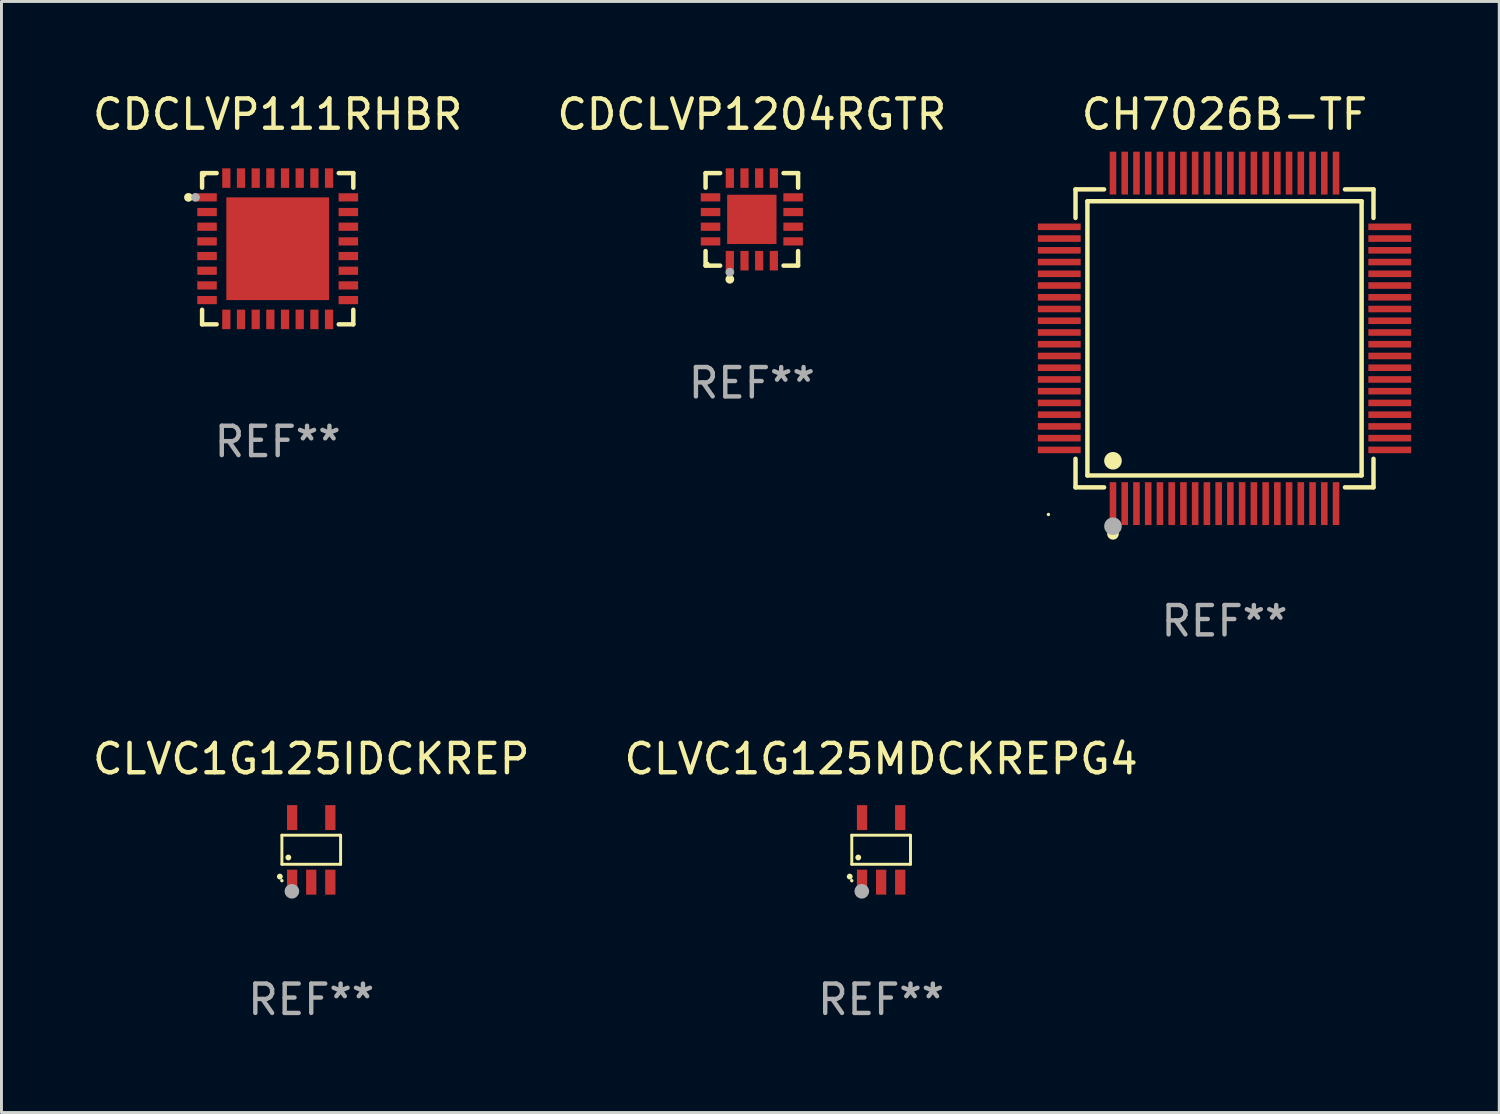
<source format=kicad_pcb>
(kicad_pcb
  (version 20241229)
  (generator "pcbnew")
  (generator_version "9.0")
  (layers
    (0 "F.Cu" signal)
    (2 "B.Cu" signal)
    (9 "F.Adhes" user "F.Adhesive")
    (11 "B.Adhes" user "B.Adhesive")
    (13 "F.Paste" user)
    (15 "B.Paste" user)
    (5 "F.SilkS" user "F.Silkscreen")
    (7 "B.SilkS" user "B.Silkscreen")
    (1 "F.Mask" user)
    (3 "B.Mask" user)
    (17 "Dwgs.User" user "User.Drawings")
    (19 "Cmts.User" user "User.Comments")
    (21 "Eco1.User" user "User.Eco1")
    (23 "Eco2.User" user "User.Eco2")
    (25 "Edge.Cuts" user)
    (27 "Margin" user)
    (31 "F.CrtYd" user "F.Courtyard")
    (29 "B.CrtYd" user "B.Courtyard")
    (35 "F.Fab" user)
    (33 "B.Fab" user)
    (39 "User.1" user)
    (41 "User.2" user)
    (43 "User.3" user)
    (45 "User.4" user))
  (footprint "CH7026B-TF"
    (layer "F.Cu")
    (at 38.669 8.478)
    (property "Reference" "CH7026B-TF" (at 0 -7.63 0) (layer "F.SilkS") (effects (font (size 1 1) (thickness 0.15))))
    (attr through_hole)
    (fp_line (start -5.076 -5.076) (end -4.103 -5.076) (stroke (width 0.152) (type solid)) (layer "F.SilkS"))
    (fp_line (start -5.076 -4.103) (end -5.076 -5.076) (stroke (width 0.152) (type solid)) (layer "F.SilkS"))
    (fp_line (start -5.076 4.103) (end -5.076 5.076) (stroke (width 0.152) (type solid)) (layer "F.SilkS"))
    (fp_line (start -5.076 5.076) (end -4.103 5.076) (stroke (width 0.152) (type solid)) (layer "F.SilkS"))
    (fp_line (start -4.671 -4.671) (end 4.671 -4.671) (stroke (width 0.152) (type solid)) (layer "F.SilkS"))
    (fp_line (start -4.671 4.671) (end -4.671 -4.671) (stroke (width 0.152) (type solid)) (layer "F.SilkS"))
    (fp_line (start 4.671 -4.671) (end 4.671 4.671) (stroke (width 0.152) (type solid)) (layer "F.SilkS"))
    (fp_line (start 4.671 4.671) (end -4.671 4.671) (stroke (width 0.152) (type solid)) (layer "F.SilkS"))
    (fp_line (start 5.076 -5.076) (end 4.103 -5.076) (stroke (width 0.152) (type solid)) (layer "F.SilkS"))
    (fp_line (start 5.076 -4.103) (end 5.076 -5.076) (stroke (width 0.152) (type solid)) (layer "F.SilkS"))
    (fp_line (start 5.076 4.103) (end 5.076 5.076) (stroke (width 0.152) (type solid)) (layer "F.SilkS"))
    (fp_line (start 5.076 5.076) (end 4.103 5.076) (stroke (width 0.152) (type solid)) (layer "F.SilkS"))
    (fp_circle (center -6 6) (end -5.97 6) (stroke (width 0.06) (type solid)) (fill no) (layer "F.SilkS"))
    (fp_circle (center -3.8 4.171) (end -3.65 4.171) (stroke (width 0.3) (type solid)) (fill no) (layer "F.SilkS"))
    (fp_circle (center -3.8 6.66) (end -3.7 6.66) (stroke (width 0.2) (type solid)) (fill no) (layer "F.SilkS"))
    (fp_circle (center -3.8 6.4) (end -3.65 6.4) (stroke (width 0.3) (type solid)) (fill no) (layer "F.Fab"))
    (fp_text user "REF**" (at 0 9.63 0) (layer "F.Fab") (effects (font (size 1 1) (thickness 0.15))))
    (pad "1" smd rect (at -3.8 5.63) (size 0.224 1.46) (layers "F.Cu" "F.Mask" "F.Paste"))
    (pad "2" smd rect (at -3.4 5.63) (size 0.224 1.46) (layers "F.Cu" "F.Mask" "F.Paste"))
    (pad "3" smd rect (at -3 5.63) (size 0.224 1.46) (layers "F.Cu" "F.Mask" "F.Paste"))
    (pad "4" smd rect (at -2.6 5.63) (size 0.224 1.46) (layers "F.Cu" "F.Mask" "F.Paste"))
    (pad "5" smd rect (at -2.2 5.63) (size 0.224 1.46) (layers "F.Cu" "F.Mask" "F.Paste"))
    (pad "6" smd rect (at -1.8 5.63) (size 0.224 1.46) (layers "F.Cu" "F.Mask" "F.Paste"))
    (pad "7" smd rect (at -1.4 5.63) (size 0.224 1.46) (layers "F.Cu" "F.Mask" "F.Paste"))
    (pad "8" smd rect (at -1 5.63) (size 0.224 1.46) (layers "F.Cu" "F.Mask" "F.Paste"))
    (pad "9" smd rect (at -0.6 5.63) (size 0.224 1.46) (layers "F.Cu" "F.Mask" "F.Paste"))
    (pad "10" smd rect (at -0.2 5.63) (size 0.224 1.46) (layers "F.Cu" "F.Mask" "F.Paste"))
    (pad "11" smd rect (at 0.2 5.63) (size 0.224 1.46) (layers "F.Cu" "F.Mask" "F.Paste"))
    (pad "12" smd rect (at 0.6 5.63) (size 0.224 1.46) (layers "F.Cu" "F.Mask" "F.Paste"))
    (pad "13" smd rect (at 1 5.63) (size 0.224 1.46) (layers "F.Cu" "F.Mask" "F.Paste"))
    (pad "14" smd rect (at 1.4 5.63) (size 0.224 1.46) (layers "F.Cu" "F.Mask" "F.Paste"))
    (pad "15" smd rect (at 1.8 5.63) (size 0.224 1.46) (layers "F.Cu" "F.Mask" "F.Paste"))
    (pad "16" smd rect (at 2.2 5.63) (size 0.224 1.46) (layers "F.Cu" "F.Mask" "F.Paste"))
    (pad "17" smd rect (at 2.6 5.63) (size 0.224 1.46) (layers "F.Cu" "F.Mask" "F.Paste"))
    (pad "18" smd rect (at 3 5.63) (size 0.224 1.46) (layers "F.Cu" "F.Mask" "F.Paste"))
    (pad "19" smd rect (at 3.4 5.63) (size 0.224 1.46) (layers "F.Cu" "F.Mask" "F.Paste"))
    (pad "20" smd rect (at 3.8 5.63) (size 0.224 1.46) (layers "F.Cu" "F.Mask" "F.Paste"))
    (pad "21" smd rect (at 5.63 3.8) (size 1.46 0.224) (layers "F.Cu" "F.Mask" "F.Paste"))
    (pad "22" smd rect (at 5.63 3.4) (size 1.46 0.224) (layers "F.Cu" "F.Mask" "F.Paste"))
    (pad "23" smd rect (at 5.63 3) (size 1.46 0.224) (layers "F.Cu" "F.Mask" "F.Paste"))
    (pad "24" smd rect (at 5.63 2.6) (size 1.46 0.224) (layers "F.Cu" "F.Mask" "F.Paste"))
    (pad "25" smd rect (at 5.63 2.2) (size 1.46 0.224) (layers "F.Cu" "F.Mask" "F.Paste"))
    (pad "26" smd rect (at 5.63 1.8) (size 1.46 0.224) (layers "F.Cu" "F.Mask" "F.Paste"))
    (pad "27" smd rect (at 5.63 1.4) (size 1.46 0.224) (layers "F.Cu" "F.Mask" "F.Paste"))
    (pad "28" smd rect (at 5.63 1) (size 1.46 0.224) (layers "F.Cu" "F.Mask" "F.Paste"))
    (pad "29" smd rect (at 5.63 0.6) (size 1.46 0.224) (layers "F.Cu" "F.Mask" "F.Paste"))
    (pad "30" smd rect (at 5.63 0.2) (size 1.46 0.224) (layers "F.Cu" "F.Mask" "F.Paste"))
    (pad "31" smd rect (at 5.63 -0.2) (size 1.46 0.224) (layers "F.Cu" "F.Mask" "F.Paste"))
    (pad "32" smd rect (at 5.63 -0.6) (size 1.46 0.224) (layers "F.Cu" "F.Mask" "F.Paste"))
    (pad "33" smd rect (at 5.63 -1) (size 1.46 0.224) (layers "F.Cu" "F.Mask" "F.Paste"))
    (pad "34" smd rect (at 5.63 -1.4) (size 1.46 0.224) (layers "F.Cu" "F.Mask" "F.Paste"))
    (pad "35" smd rect (at 5.63 -1.8) (size 1.46 0.224) (layers "F.Cu" "F.Mask" "F.Paste"))
    (pad "36" smd rect (at 5.63 -2.2) (size 1.46 0.224) (layers "F.Cu" "F.Mask" "F.Paste"))
    (pad "37" smd rect (at 5.63 -2.6) (size 1.46 0.224) (layers "F.Cu" "F.Mask" "F.Paste"))
    (pad "38" smd rect (at 5.63 -3) (size 1.46 0.224) (layers "F.Cu" "F.Mask" "F.Paste"))
    (pad "39" smd rect (at 5.63 -3.4) (size 1.46 0.224) (layers "F.Cu" "F.Mask" "F.Paste"))
    (pad "40" smd rect (at 5.63 -3.8) (size 1.46 0.224) (layers "F.Cu" "F.Mask" "F.Paste"))
    (pad "41" smd rect (at 3.8 -5.63) (size 0.224 1.46) (layers "F.Cu" "F.Mask" "F.Paste"))
    (pad "42" smd rect (at 3.4 -5.63) (size 0.224 1.46) (layers "F.Cu" "F.Mask" "F.Paste"))
    (pad "43" smd rect (at 3 -5.63) (size 0.224 1.46) (layers "F.Cu" "F.Mask" "F.Paste"))
    (pad "44" smd rect (at 2.6 -5.63) (size 0.224 1.46) (layers "F.Cu" "F.Mask" "F.Paste"))
    (pad "45" smd rect (at 2.2 -5.63) (size 0.224 1.46) (layers "F.Cu" "F.Mask" "F.Paste"))
    (pad "46" smd rect (at 1.8 -5.63) (size 0.224 1.46) (layers "F.Cu" "F.Mask" "F.Paste"))
    (pad "47" smd rect (at 1.4 -5.63) (size 0.224 1.46) (layers "F.Cu" "F.Mask" "F.Paste"))
    (pad "48" smd rect (at 1 -5.63) (size 0.224 1.46) (layers "F.Cu" "F.Mask" "F.Paste"))
    (pad "49" smd rect (at 0.6 -5.63) (size 0.224 1.46) (layers "F.Cu" "F.Mask" "F.Paste"))
    (pad "50" smd rect (at 0.2 -5.63) (size 0.224 1.46) (layers "F.Cu" "F.Mask" "F.Paste"))
    (pad "51" smd rect (at -0.2 -5.63) (size 0.224 1.46) (layers "F.Cu" "F.Mask" "F.Paste"))
    (pad "52" smd rect (at -0.6 -5.63) (size 0.224 1.46) (layers "F.Cu" "F.Mask" "F.Paste"))
    (pad "53" smd rect (at -1 -5.63) (size 0.224 1.46) (layers "F.Cu" "F.Mask" "F.Paste"))
    (pad "54" smd rect (at -1.4 -5.63) (size 0.224 1.46) (layers "F.Cu" "F.Mask" "F.Paste"))
    (pad "55" smd rect (at -1.8 -5.63) (size 0.224 1.46) (layers "F.Cu" "F.Mask" "F.Paste"))
    (pad "56" smd rect (at -2.2 -5.63) (size 0.224 1.46) (layers "F.Cu" "F.Mask" "F.Paste"))
    (pad "57" smd rect (at -2.6 -5.63) (size 0.224 1.46) (layers "F.Cu" "F.Mask" "F.Paste"))
    (pad "58" smd rect (at -3 -5.63) (size 0.224 1.46) (layers "F.Cu" "F.Mask" "F.Paste"))
    (pad "59" smd rect (at -3.4 -5.63) (size 0.224 1.46) (layers "F.Cu" "F.Mask" "F.Paste"))
    (pad "60" smd rect (at -3.8 -5.63) (size 0.224 1.46) (layers "F.Cu" "F.Mask" "F.Paste"))
    (pad "61" smd rect (at -5.63 -3.8) (size 1.46 0.224) (layers "F.Cu" "F.Mask" "F.Paste"))
    (pad "62" smd rect (at -5.63 -3.4) (size 1.46 0.224) (layers "F.Cu" "F.Mask" "F.Paste"))
    (pad "63" smd rect (at -5.63 -3) (size 1.46 0.224) (layers "F.Cu" "F.Mask" "F.Paste"))
    (pad "64" smd rect (at -5.63 -2.6) (size 1.46 0.224) (layers "F.Cu" "F.Mask" "F.Paste"))
    (pad "65" smd rect (at -5.63 -2.2) (size 1.46 0.224) (layers "F.Cu" "F.Mask" "F.Paste"))
    (pad "66" smd rect (at -5.63 -1.8) (size 1.46 0.224) (layers "F.Cu" "F.Mask" "F.Paste"))
    (pad "67" smd rect (at -5.63 -1.4) (size 1.46 0.224) (layers "F.Cu" "F.Mask" "F.Paste"))
    (pad "68" smd rect (at -5.63 -1) (size 1.46 0.224) (layers "F.Cu" "F.Mask" "F.Paste"))
    (pad "69" smd rect (at -5.63 -0.6) (size 1.46 0.224) (layers "F.Cu" "F.Mask" "F.Paste"))
    (pad "70" smd rect (at -5.63 -0.2) (size 1.46 0.224) (layers "F.Cu" "F.Mask" "F.Paste"))
    (pad "71" smd rect (at -5.63 0.2) (size 1.46 0.224) (layers "F.Cu" "F.Mask" "F.Paste"))
    (pad "72" smd rect (at -5.63 0.6) (size 1.46 0.224) (layers "F.Cu" "F.Mask" "F.Paste"))
    (pad "73" smd rect (at -5.63 1) (size 1.46 0.224) (layers "F.Cu" "F.Mask" "F.Paste"))
    (pad "74" smd rect (at -5.63 1.4) (size 1.46 0.224) (layers "F.Cu" "F.Mask" "F.Paste"))
    (pad "75" smd rect (at -5.63 1.8) (size 1.46 0.224) (layers "F.Cu" "F.Mask" "F.Paste"))
    (pad "76" smd rect (at -5.63 2.2) (size 1.46 0.224) (layers "F.Cu" "F.Mask" "F.Paste"))
    (pad "77" smd rect (at -5.63 2.6) (size 1.46 0.224) (layers "F.Cu" "F.Mask" "F.Paste"))
    (pad "78" smd rect (at -5.63 3) (size 1.46 0.224) (layers "F.Cu" "F.Mask" "F.Paste"))
    (pad "79" smd rect (at -5.63 3.4) (size 1.46 0.224) (layers "F.Cu" "F.Mask" "F.Paste"))
    (pad "80" smd rect (at -5.63 3.8) (size 1.46 0.224) (layers "F.Cu" "F.Mask" "F.Paste")))
  (footprint "CLVC1G125MDCKREPG4"
    (layer "F.Cu")
    (at 26.97 25.905)
    (property "Reference" "CLVC1G125MDCKREPG4" (at 0 -3.1 0) (layer "F.SilkS") (effects (font (size 1 1) (thickness 0.15))))
    (attr through_hole)
    (fp_line (start -1 -0.5) (end -1 0.49) (stroke (width 0.1) (type solid)) (layer "F.SilkS"))
    (fp_line (start -1 0.49) (end 1 0.49) (stroke (width 0.1) (type solid)) (layer "F.SilkS"))
    (fp_line (start 0.99 -0.5) (end -1 -0.5) (stroke (width 0.1) (type solid)) (layer "F.SilkS"))
    (fp_line (start 1 -0.49) (end 0.99 -0.5) (stroke (width 0.1) (type solid)) (layer "F.SilkS"))
    (fp_line (start 1 0.49) (end 1 -0.49) (stroke (width 0.1) (type solid)) (layer "F.SilkS"))
    (fp_circle (center -1.07 0.91) (end -1.02 0.91) (stroke (width 0.1) (type solid)) (fill no) (layer "F.SilkS"))
    (fp_circle (center -1 1.05) (end -0.97 1.05) (stroke (width 0.06) (type solid)) (fill no) (layer "F.SilkS"))
    (fp_circle (center -0.78 0.26) (end -0.73 0.26) (stroke (width 0.1) (type solid)) (fill no) (layer "F.SilkS"))
    (fp_circle (center -0.66 1.41) (end -0.535 1.41) (stroke (width 0.25) (type solid)) (fill no) (layer "F.Fab"))
    (fp_text user "REF**" (at 0 5.1 0) (layer "F.Fab") (effects (font (size 1 1) (thickness 0.15))))
    (pad "1" smd rect (at -0.65 1.1) (size 0.35 0.85) (layers "F.Cu" "F.Mask" "F.Paste"))
    (pad "2" smd rect (at 0.000051 1.1) (size 0.35 0.85) (layers "F.Cu" "F.Mask" "F.Paste"))
    (pad "3" smd rect (at 0.65 1.1) (size 0.35 0.85) (layers "F.Cu" "F.Mask" "F.Paste"))
    (pad "4" smd rect (at 0.65 -1.1) (size 0.35 0.85) (layers "F.Cu" "F.Mask" "F.Paste"))
    (pad "5" smd rect (at -0.65 -1.1) (size 0.35 0.85) (layers "F.Cu" "F.Mask" "F.Paste")))
  (footprint "CDCLVP1204RGTR"
    (layer "F.Cu")
    (at 22.565 4.424)
    (property "Reference" "CDCLVP1204RGTR" (at 0 -3.576 0) (layer "F.SilkS") (effects (font (size 1 1) (thickness 0.15))))
    (attr through_hole)
    (fp_line (start -1.576 -1.576) (end -1.08 -1.576) (stroke (width 0.152) (type solid)) (layer "F.SilkS"))
    (fp_line (start -1.576 -1.08) (end -1.576 -1.576) (stroke (width 0.152) (type solid)) (layer "F.SilkS"))
    (fp_line (start -1.576 1.08) (end -1.576 1.576) (stroke (width 0.152) (type solid)) (layer "F.SilkS"))
    (fp_line (start -1.576 1.576) (end -1.08 1.576) (stroke (width 0.152) (type solid)) (layer "F.SilkS"))
    (fp_line (start 1.576 -1.576) (end 1.08 -1.576) (stroke (width 0.152) (type solid)) (layer "F.SilkS"))
    (fp_line (start 1.576 -1.08) (end 1.576 -1.576) (stroke (width 0.152) (type solid)) (layer "F.SilkS"))
    (fp_line (start 1.576 1.08) (end 1.576 1.576) (stroke (width 0.152) (type solid)) (layer "F.SilkS"))
    (fp_line (start 1.576 1.576) (end 1.08 1.576) (stroke (width 0.152) (type solid)) (layer "F.SilkS"))
    (fp_circle (center -1.5 1.5) (end -1.47 1.5) (stroke (width 0.06) (type solid)) (fill no) (layer "F.SilkS"))
    (fp_circle (center -0.75 2.04) (end -0.675 2.04) (stroke (width 0.15) (type solid)) (fill no) (layer "F.SilkS"))
    (fp_circle (center -0.75 1.8) (end -0.675 1.8) (stroke (width 0.15) (type solid)) (fill no) (layer "F.Fab"))
    (fp_text user "REF**" (at 0 5.576 0) (layer "F.Fab") (effects (font (size 1 1) (thickness 0.15))))
    (pad "1" smd rect (at -0.75 1.407) (size 0.28 0.665) (layers "F.Cu" "F.Mask" "F.Paste"))
    (pad "2" smd rect (at -0.25 1.407) (size 0.28 0.665) (layers "F.Cu" "F.Mask" "F.Paste"))
    (pad "3" smd rect (at 0.25 1.407) (size 0.28 0.665) (layers "F.Cu" "F.Mask" "F.Paste"))
    (pad "4" smd rect (at 0.75 1.407) (size 0.28 0.665) (layers "F.Cu" "F.Mask" "F.Paste"))
    (pad "5" smd rect (at 1.407 0.75) (size 0.665 0.28) (layers "F.Cu" "F.Mask" "F.Paste"))
    (pad "6" smd rect (at 1.407 0.25) (size 0.665 0.28) (layers "F.Cu" "F.Mask" "F.Paste"))
    (pad "7" smd rect (at 1.407 -0.25) (size 0.665 0.28) (layers "F.Cu" "F.Mask" "F.Paste"))
    (pad "8" smd rect (at 1.407 -0.75) (size 0.665 0.28) (layers "F.Cu" "F.Mask" "F.Paste"))
    (pad "9" smd rect (at 0.75 -1.407) (size 0.28 0.665) (layers "F.Cu" "F.Mask" "F.Paste"))
    (pad "10" smd rect (at 0.25 -1.407) (size 0.28 0.665) (layers "F.Cu" "F.Mask" "F.Paste"))
    (pad "11" smd rect (at -0.25 -1.407) (size 0.28 0.665) (layers "F.Cu" "F.Mask" "F.Paste"))
    (pad "12" smd rect (at -0.75 -1.407) (size 0.28 0.665) (layers "F.Cu" "F.Mask" "F.Paste"))
    (pad "13" smd rect (at -1.407 -0.75) (size 0.665 0.28) (layers "F.Cu" "F.Mask" "F.Paste"))
    (pad "14" smd rect (at -1.407 -0.25) (size 0.665 0.28) (layers "F.Cu" "F.Mask" "F.Paste"))
    (pad "15" smd rect (at -1.407 0.25) (size 0.665 0.28) (layers "F.Cu" "F.Mask" "F.Paste"))
    (pad "16" smd rect (at -1.407 0.75) (size 0.665 0.28) (layers "F.Cu" "F.Mask" "F.Paste"))
    (pad "17" smd rect (at 0 0) (size 1.68 1.68) (layers "F.Cu" "F.Mask" "F.Paste")))
  (footprint "CDCLVP111RHBR"
    (layer "F.Cu")
    (at 6.411 5.424)
    (property "Reference" "CDCLVP111RHBR" (at 0 -4.576 0) (layer "F.SilkS") (effects (font (size 1 1) (thickness 0.15))))
    (attr through_hole)
    (fp_line (start -2.576 -2.576) (end -2.576 -2.08) (stroke (width 0.152) (type solid)) (layer "F.SilkS"))
    (fp_line (start -2.576 2.576) (end -2.576 2.08) (stroke (width 0.152) (type solid)) (layer "F.SilkS"))
    (fp_line (start -2.08 -2.576) (end -2.576 -2.576) (stroke (width 0.152) (type solid)) (layer "F.SilkS"))
    (fp_line (start -2.08 2.576) (end -2.576 2.576) (stroke (width 0.152) (type solid)) (layer "F.SilkS"))
    (fp_line (start 2.08 -2.576) (end 2.576 -2.576) (stroke (width 0.152) (type solid)) (layer "F.SilkS"))
    (fp_line (start 2.08 2.576) (end 2.576 2.576) (stroke (width 0.152) (type solid)) (layer "F.SilkS"))
    (fp_line (start 2.576 -2.576) (end 2.576 -2.08) (stroke (width 0.152) (type solid)) (layer "F.SilkS"))
    (fp_line (start 2.576 2.576) (end 2.576 2.08) (stroke (width 0.152) (type solid)) (layer "F.SilkS"))
    (fp_circle (center -3.04 -1.75) (end -2.965 -1.75) (stroke (width 0.15) (type solid)) (fill no) (layer "F.SilkS"))
    (fp_circle (center -2.5 -2.5) (end -2.47 -2.5) (stroke (width 0.06) (type solid)) (fill no) (layer "F.SilkS"))
    (fp_circle (center -2.8 -1.75) (end -2.725 -1.75) (stroke (width 0.15) (type solid)) (fill no) (layer "F.Fab"))
    (fp_text user "REF**" (at 0 6.576 0) (layer "F.Fab") (effects (font (size 1 1) (thickness 0.15))))
    (pad "1" smd rect (at -2.407 -1.75) (size 0.665 0.28) (layers "F.Cu" "F.Mask" "F.Paste"))
    (pad "2" smd rect (at -2.407 -1.25) (size 0.665 0.28) (layers "F.Cu" "F.Mask" "F.Paste"))
    (pad "3" smd rect (at -2.407 -0.75) (size 0.665 0.28) (layers "F.Cu" "F.Mask" "F.Paste"))
    (pad "4" smd rect (at -2.407 -0.25) (size 0.665 0.28) (layers "F.Cu" "F.Mask" "F.Paste"))
    (pad "5" smd rect (at -2.407 0.25) (size 0.665 0.28) (layers "F.Cu" "F.Mask" "F.Paste"))
    (pad "6" smd rect (at -2.407 0.75) (size 0.665 0.28) (layers "F.Cu" "F.Mask" "F.Paste"))
    (pad "7" smd rect (at -2.407 1.25) (size 0.665 0.28) (layers "F.Cu" "F.Mask" "F.Paste"))
    (pad "8" smd rect (at -2.407 1.75) (size 0.665 0.28) (layers "F.Cu" "F.Mask" "F.Paste"))
    (pad "9" smd rect (at -1.75 2.407) (size 0.28 0.665) (layers "F.Cu" "F.Mask" "F.Paste"))
    (pad "10" smd rect (at -1.25 2.407) (size 0.28 0.665) (layers "F.Cu" "F.Mask" "F.Paste"))
    (pad "11" smd rect (at -0.75 2.407) (size 0.28 0.665) (layers "F.Cu" "F.Mask" "F.Paste"))
    (pad "12" smd rect (at -0.25 2.407) (size 0.28 0.665) (layers "F.Cu" "F.Mask" "F.Paste"))
    (pad "13" smd rect (at 0.25 2.407) (size 0.28 0.665) (layers "F.Cu" "F.Mask" "F.Paste"))
    (pad "14" smd rect (at 0.75 2.407) (size 0.28 0.665) (layers "F.Cu" "F.Mask" "F.Paste"))
    (pad "15" smd rect (at 1.25 2.407) (size 0.28 0.665) (layers "F.Cu" "F.Mask" "F.Paste"))
    (pad "16" smd rect (at 1.75 2.407) (size 0.28 0.665) (layers "F.Cu" "F.Mask" "F.Paste"))
    (pad "17" smd rect (at 2.407 1.75) (size 0.665 0.28) (layers "F.Cu" "F.Mask" "F.Paste"))
    (pad "18" smd rect (at 2.407 1.25) (size 0.665 0.28) (layers "F.Cu" "F.Mask" "F.Paste"))
    (pad "19" smd rect (at 2.407 0.75) (size 0.665 0.28) (layers "F.Cu" "F.Mask" "F.Paste"))
    (pad "20" smd rect (at 2.407 0.25) (size 0.665 0.28) (layers "F.Cu" "F.Mask" "F.Paste"))
    (pad "21" smd rect (at 2.407 -0.25) (size 0.665 0.28) (layers "F.Cu" "F.Mask" "F.Paste"))
    (pad "22" smd rect (at 2.407 -0.75) (size 0.665 0.28) (layers "F.Cu" "F.Mask" "F.Paste"))
    (pad "23" smd rect (at 2.407 -1.25) (size 0.665 0.28) (layers "F.Cu" "F.Mask" "F.Paste"))
    (pad "24" smd rect (at 2.407 -1.75) (size 0.665 0.28) (layers "F.Cu" "F.Mask" "F.Paste"))
    (pad "25" smd rect (at 1.75 -2.407) (size 0.28 0.665) (layers "F.Cu" "F.Mask" "F.Paste"))
    (pad "26" smd rect (at 1.25 -2.407) (size 0.28 0.665) (layers "F.Cu" "F.Mask" "F.Paste"))
    (pad "27" smd rect (at 0.75 -2.407) (size 0.28 0.665) (layers "F.Cu" "F.Mask" "F.Paste"))
    (pad "28" smd rect (at 0.25 -2.407) (size 0.28 0.665) (layers "F.Cu" "F.Mask" "F.Paste"))
    (pad "29" smd rect (at -0.25 -2.407) (size 0.28 0.665) (layers "F.Cu" "F.Mask" "F.Paste"))
    (pad "30" smd rect (at -0.75 -2.407) (size 0.28 0.665) (layers "F.Cu" "F.Mask" "F.Paste"))
    (pad "31" smd rect (at -1.25 -2.407) (size 0.28 0.665) (layers "F.Cu" "F.Mask" "F.Paste"))
    (pad "32" smd rect (at -1.75 -2.407) (size 0.28 0.665) (layers "F.Cu" "F.Mask" "F.Paste"))
    (pad "33" smd rect (at 0 0) (size 3.5 3.5) (layers "F.Cu" "F.Mask" "F.Paste")))
  (footprint "CLVC1G125IDCKREP"
    (layer "F.Cu")
    (at 7.554 25.905)
    (property "Reference" "CLVC1G125IDCKREP" (at 0 -3.1 0) (layer "F.SilkS") (effects (font (size 1 1) (thickness 0.15))))
    (attr through_hole)
    (fp_line (start -1 -0.5) (end -1 0.49) (stroke (width 0.1) (type solid)) (layer "F.SilkS"))
    (fp_line (start -1 0.49) (end 1 0.49) (stroke (width 0.1) (type solid)) (layer "F.SilkS"))
    (fp_line (start 0.99 -0.5) (end -1 -0.5) (stroke (width 0.1) (type solid)) (layer "F.SilkS"))
    (fp_line (start 1 -0.49) (end 0.99 -0.5) (stroke (width 0.1) (type solid)) (layer "F.SilkS"))
    (fp_line (start 1 0.49) (end 1 -0.49) (stroke (width 0.1) (type solid)) (layer "F.SilkS"))
    (fp_circle (center -1.07 0.91) (end -1.02 0.91) (stroke (width 0.1) (type solid)) (fill no) (layer "F.SilkS"))
    (fp_circle (center -1 1.05) (end -0.97 1.05) (stroke (width 0.06) (type solid)) (fill no) (layer "F.SilkS"))
    (fp_circle (center -0.78 0.26) (end -0.73 0.26) (stroke (width 0.1) (type solid)) (fill no) (layer "F.SilkS"))
    (fp_circle (center -0.66 1.41) (end -0.535 1.41) (stroke (width 0.25) (type solid)) (fill no) (layer "F.Fab"))
    (fp_text user "REF**" (at 0 5.1 0) (layer "F.Fab") (effects (font (size 1 1) (thickness 0.15))))
    (pad "1" smd rect (at -0.65 1.1) (size 0.35 0.85) (layers "F.Cu" "F.Mask" "F.Paste"))
    (pad "2" smd rect (at 0.000051 1.1) (size 0.35 0.85) (layers "F.Cu" "F.Mask" "F.Paste"))
    (pad "3" smd rect (at 0.65 1.1) (size 0.35 0.85) (layers "F.Cu" "F.Mask" "F.Paste"))
    (pad "4" smd rect (at 0.65 -1.1) (size 0.35 0.85) (layers "F.Cu" "F.Mask" "F.Paste"))
    (pad "5" smd rect (at -0.65 -1.1) (size 0.35 0.85) (layers "F.Cu" "F.Mask" "F.Paste")))
  (gr_rect
    (start -3 -3)
    (end 48.029 34.853)
    (stroke (width 0.1) (type default))
    (fill no)
    (layer "Edge.Cuts")))
</source>
